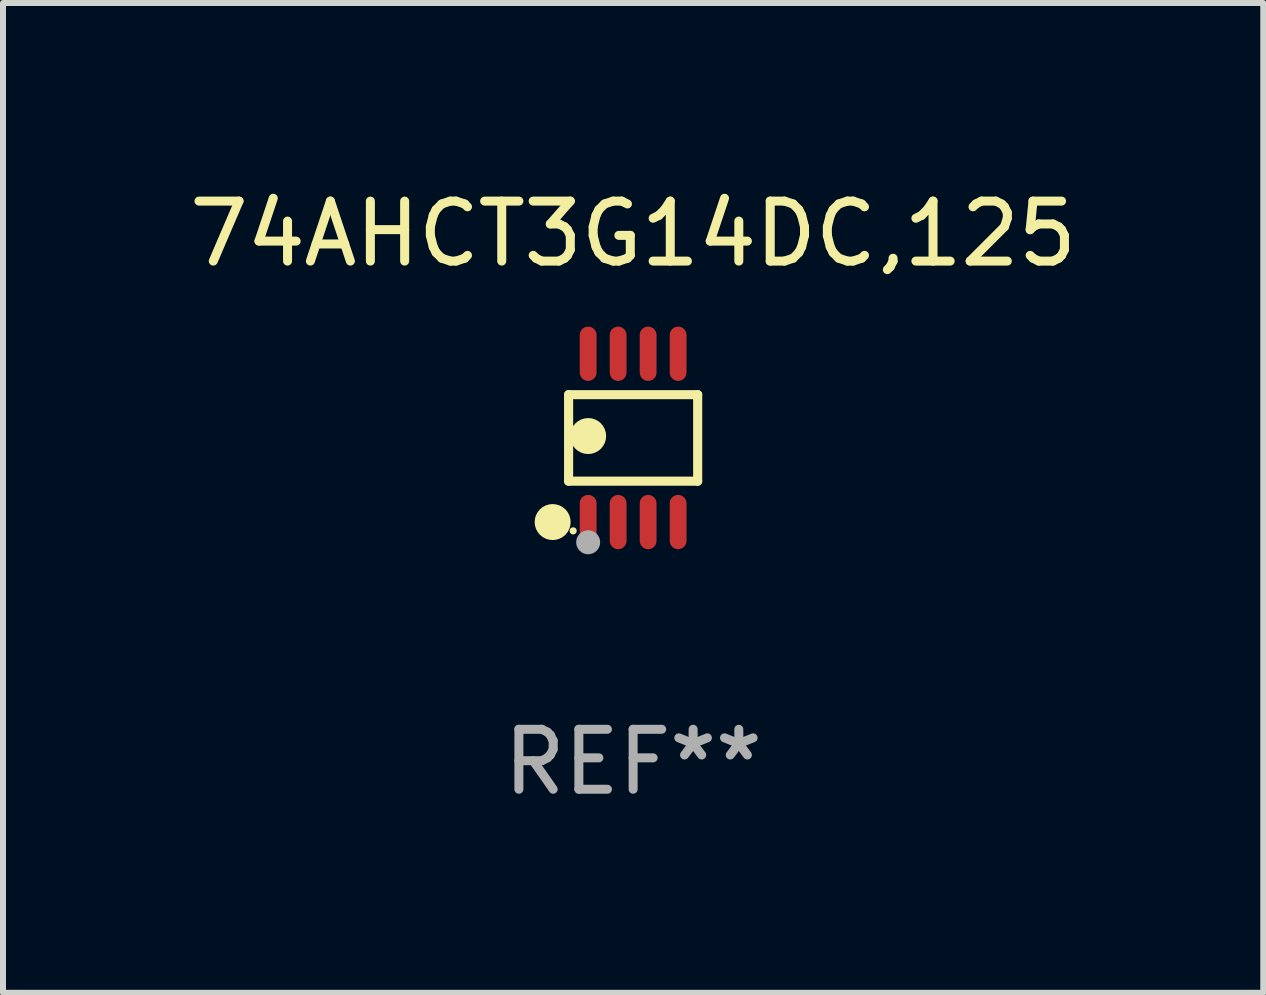
<source format=kicad_pcb>
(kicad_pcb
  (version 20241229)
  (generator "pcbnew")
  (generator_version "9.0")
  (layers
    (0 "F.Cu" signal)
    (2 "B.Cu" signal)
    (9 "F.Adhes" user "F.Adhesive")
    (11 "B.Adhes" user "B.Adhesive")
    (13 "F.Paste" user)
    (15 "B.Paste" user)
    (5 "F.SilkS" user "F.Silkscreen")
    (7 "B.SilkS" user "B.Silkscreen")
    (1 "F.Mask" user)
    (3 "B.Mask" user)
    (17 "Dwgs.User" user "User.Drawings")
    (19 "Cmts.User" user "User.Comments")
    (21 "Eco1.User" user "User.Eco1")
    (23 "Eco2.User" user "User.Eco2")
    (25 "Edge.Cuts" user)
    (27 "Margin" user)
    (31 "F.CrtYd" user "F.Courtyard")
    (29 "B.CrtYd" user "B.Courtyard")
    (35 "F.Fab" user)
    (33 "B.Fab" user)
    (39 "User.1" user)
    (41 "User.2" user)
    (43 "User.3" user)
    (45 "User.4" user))
  (footprint "74AHCT3G14DC,125"
    (layer "F.Cu")
    (at 7.506 4.251)
    (property "Reference" "74AHCT3G14DC,125" (at 0 -3.403 0) (layer "F.SilkS") (effects (font (size 1 1) (thickness 0.15))))
    (attr through_hole)
    (fp_line (start -1.076 -0.721) (end 1.076 -0.721) (stroke (width 0.152) (type solid)) (layer "F.SilkS"))
    (fp_line (start -1.076 0.721) (end -1.076 -0.721) (stroke (width 0.152) (type solid)) (layer "F.SilkS"))
    (fp_line (start 1.076 -0.721) (end 1.076 0.721) (stroke (width 0.152) (type solid)) (layer "F.SilkS"))
    (fp_line (start 1.076 0.721) (end -1.076 0.721) (stroke (width 0.152) (type solid)) (layer "F.SilkS"))
    (fp_circle (center -1.342 1.403) (end -1.192 1.403) (stroke (width 0.3) (type solid)) (fill no) (layer "F.SilkS"))
    (fp_circle (center -1 1.55) (end -0.97 1.55) (stroke (width 0.06) (type solid)) (fill no) (layer "F.SilkS"))
    (fp_circle (center -0.75 -0.031) (end -0.6 -0.031) (stroke (width 0.3) (type solid)) (fill no) (layer "F.SilkS"))
    (fp_circle (center -0.75 1.74) (end -0.65 1.74) (stroke (width 0.2) (type solid)) (fill no) (layer "F.Fab"))
    (fp_text user "REF**" (at 0 5.403 0) (layer "F.Fab") (effects (font (size 1 1) (thickness 0.15))))
    (pad "1" smd oval (at -0.75 1.403) (size 0.28 0.905) (layers "F.Cu" "F.Mask" "F.Paste"))
    (pad "2" smd oval (at -0.25 1.403) (size 0.28 0.905) (layers "F.Cu" "F.Mask" "F.Paste"))
    (pad "3" smd oval (at 0.25 1.403) (size 0.28 0.905) (layers "F.Cu" "F.Mask" "F.Paste"))
    (pad "4" smd oval (at 0.75 1.403) (size 0.28 0.905) (layers "F.Cu" "F.Mask" "F.Paste"))
    (pad "5" smd oval (at 0.75 -1.403) (size 0.28 0.905) (layers "F.Cu" "F.Mask" "F.Paste"))
    (pad "6" smd oval (at 0.25 -1.403) (size 0.28 0.905) (layers "F.Cu" "F.Mask" "F.Paste"))
    (pad "7" smd oval (at -0.25 -1.403) (size 0.28 0.905) (layers "F.Cu" "F.Mask" "F.Paste"))
    (pad "8" smd oval (at -0.75 -1.403) (size 0.28 0.905) (layers "F.Cu" "F.Mask" "F.Paste")))
  (gr_rect
    (start -3 -3)
    (end 18.012 13.502)
    (stroke (width 0.1) (type default))
    (fill no)
    (layer "Edge.Cuts")))
</source>
